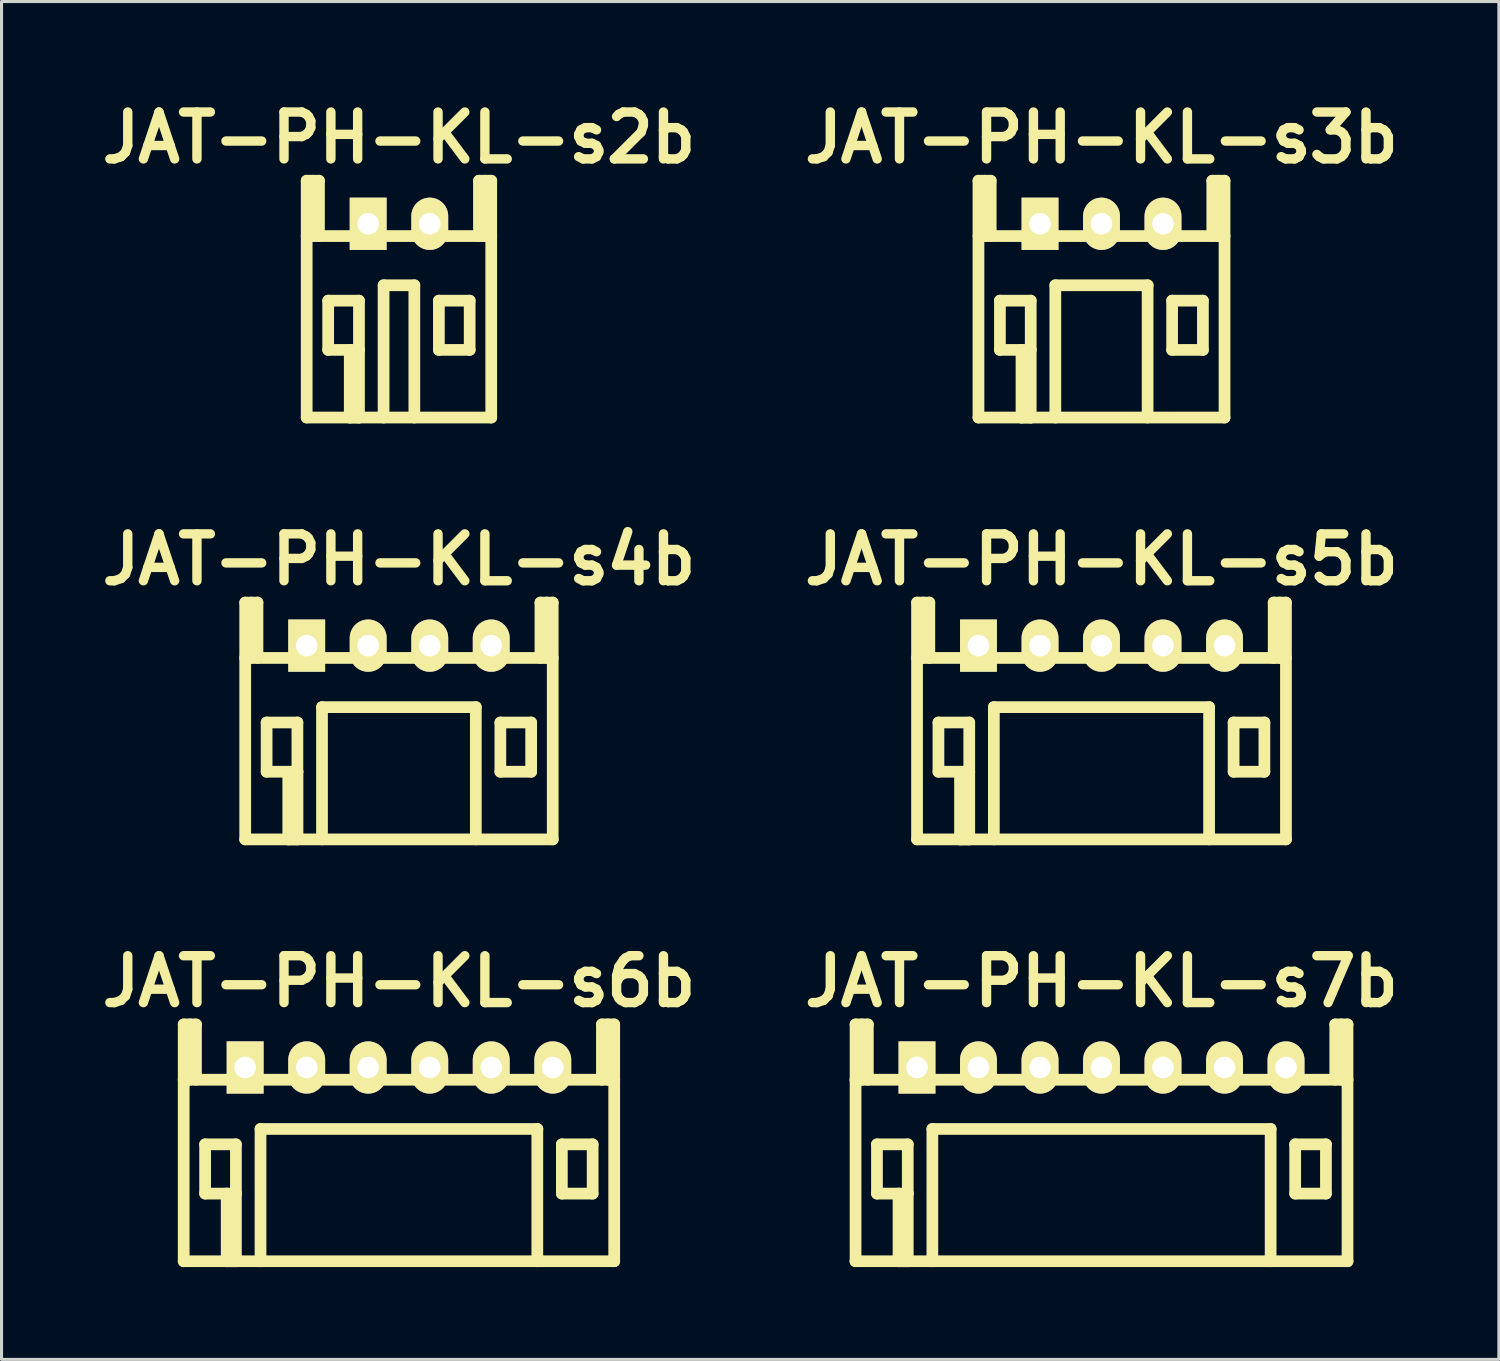
<source format=kicad_pcb>
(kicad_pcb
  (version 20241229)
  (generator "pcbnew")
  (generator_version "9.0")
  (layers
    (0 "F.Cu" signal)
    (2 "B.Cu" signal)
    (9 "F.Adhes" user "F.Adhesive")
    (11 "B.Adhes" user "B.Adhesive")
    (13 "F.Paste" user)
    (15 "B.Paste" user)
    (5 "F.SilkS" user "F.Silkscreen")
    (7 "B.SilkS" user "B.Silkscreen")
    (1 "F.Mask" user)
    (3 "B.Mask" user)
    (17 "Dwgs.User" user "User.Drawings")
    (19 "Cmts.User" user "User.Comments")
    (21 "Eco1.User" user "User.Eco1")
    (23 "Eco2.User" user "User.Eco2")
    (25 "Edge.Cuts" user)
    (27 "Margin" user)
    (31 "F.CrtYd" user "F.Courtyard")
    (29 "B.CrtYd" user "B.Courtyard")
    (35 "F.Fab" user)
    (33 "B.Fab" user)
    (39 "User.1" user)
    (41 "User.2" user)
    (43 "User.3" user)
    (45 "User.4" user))
  (footprint "JAT-PH-KL-s6b"
    (layer "F.Cu")
    (at 9.921 31.656)
    (property "Reference" "JAT-PH-KL-s6b" (at 0 -2.799 0) (layer "F.SilkS") (effects (font (size 1.524 1.524) (thickness 0.305))))
    (attr through_hole)
    (fp_line (start -7 6.299) (end 7 6.299) (stroke (width 0.381) (type solid)) (layer "F.SilkS"))
    (fp_line (start -6.998 -1.4) (end -6.998 6.299) (stroke (width 0.381) (type solid)) (layer "F.SilkS"))
    (fp_line (start -6.797 -1.4) (end -6.797 0.399) (stroke (width 0.381) (type solid)) (layer "F.SilkS"))
    (fp_line (start -6.599 -1.4) (end -6.998 -1.4) (stroke (width 0.381) (type solid)) (layer "F.SilkS"))
    (fp_line (start -6.599 0.399) (end -6.599 -1.4) (stroke (width 0.381) (type solid)) (layer "F.SilkS"))
    (fp_line (start -6.302 2.499) (end -5.301 2.499) (stroke (width 0.381) (type solid)) (layer "F.SilkS"))
    (fp_line (start -6.302 4.1) (end -6.302 2.499) (stroke (width 0.381) (type solid)) (layer "F.SilkS"))
    (fp_line (start -5.601 6.299) (end -5.601 4.1) (stroke (width 0.381) (type solid)) (layer "F.SilkS"))
    (fp_line (start -5.301 2.499) (end -5.301 4.1) (stroke (width 0.381) (type solid)) (layer "F.SilkS"))
    (fp_line (start -5.301 4.1) (end -6.302 4.1) (stroke (width 0.381) (type solid)) (layer "F.SilkS"))
    (fp_line (start -5.301 4.1) (end -5.301 6.299) (stroke (width 0.381) (type solid)) (layer "F.SilkS"))
    (fp_line (start -5.301 6.299) (end -5.601 6.299) (stroke (width 0.381) (type solid)) (layer "F.SilkS"))
    (fp_line (start -4.501 1.999) (end -4.501 6.299) (stroke (width 0.381) (type solid)) (layer "F.SilkS"))
    (fp_line (start -4.501 1.999) (end 4.501 1.999) (stroke (width 0.381) (type solid)) (layer "F.SilkS"))
    (fp_line (start 4.498 1.999) (end 4.498 6.299) (stroke (width 0.381) (type solid)) (layer "F.SilkS"))
    (fp_line (start 5.296 2.499) (end 6.297 2.499) (stroke (width 0.381) (type solid)) (layer "F.SilkS"))
    (fp_line (start 5.296 4.1) (end 5.296 2.499) (stroke (width 0.381) (type solid)) (layer "F.SilkS"))
    (fp_line (start 6.297 2.499) (end 6.297 4.1) (stroke (width 0.381) (type solid)) (layer "F.SilkS"))
    (fp_line (start 6.297 4.1) (end 5.296 4.1) (stroke (width 0.381) (type solid)) (layer "F.SilkS"))
    (fp_line (start 6.599 -1.4) (end 6.599 0.399) (stroke (width 0.381) (type solid)) (layer "F.SilkS"))
    (fp_line (start 6.797 -1.4) (end 6.797 0.399) (stroke (width 0.381) (type solid)) (layer "F.SilkS"))
    (fp_line (start 6.998 -1.4) (end 6.599 -1.4) (stroke (width 0.381) (type solid)) (layer "F.SilkS"))
    (fp_line (start 6.998 6.299) (end 6.998 -1.4) (stroke (width 0.381) (type solid)) (layer "F.SilkS"))
    (fp_line (start 7 0.399) (end -7 0.399) (stroke (width 0.381) (type solid)) (layer "F.SilkS"))
    (pad "1" thru_hole rect (at -5.001 0) (size 1.199 1.699) (drill 0.701) (layers "*.Cu" "*.Mask" "F.SilkS"))
    (pad "2" thru_hole oval (at -3 0) (size 1.199 1.699) (drill 0.701) (layers "*.Cu" "*.Mask" "F.SilkS"))
    (pad "3" thru_hole oval (at -1.001 0) (size 1.199 1.699) (drill 0.701) (layers "*.Cu" "*.Mask" "F.SilkS"))
    (pad "4" thru_hole oval (at 1.001 0) (size 1.199 1.699) (drill 0.701) (layers "*.Cu" "*.Mask" "F.SilkS"))
    (pad "5" thru_hole oval (at 3 0) (size 1.199 1.699) (drill 0.701) (layers "*.Cu" "*.Mask" "F.SilkS"))
    (pad "6" thru_hole oval (at 5.001 0) (size 1.199 1.699) (drill 0.701) (layers "*.Cu" "*.Mask" "F.SilkS")))
  (footprint "JAT-PH-KL-s5b"
    (layer "F.Cu")
    (at 32.762 17.941)
    (property "Reference" "JAT-PH-KL-s5b" (at 0 -2.799 0) (layer "F.SilkS") (effects (font (size 1.524 1.524) (thickness 0.305))))
    (attr through_hole)
    (fp_line (start -5.999 0.399) (end 5.999 0.399) (stroke (width 0.381) (type solid)) (layer "F.SilkS"))
    (fp_line (start -5.999 6.299) (end 5.999 6.299) (stroke (width 0.381) (type solid)) (layer "F.SilkS"))
    (fp_line (start -5.997 -1.4) (end -5.997 6.299) (stroke (width 0.381) (type solid)) (layer "F.SilkS"))
    (fp_line (start -5.796 -1.4) (end -5.796 0.399) (stroke (width 0.381) (type solid)) (layer "F.SilkS"))
    (fp_line (start -5.598 -1.4) (end -5.997 -1.4) (stroke (width 0.381) (type solid)) (layer "F.SilkS"))
    (fp_line (start -5.598 0.399) (end -5.598 -1.4) (stroke (width 0.381) (type solid)) (layer "F.SilkS"))
    (fp_line (start -5.301 2.499) (end -4.3 2.499) (stroke (width 0.381) (type solid)) (layer "F.SilkS"))
    (fp_line (start -5.301 4.1) (end -5.301 2.499) (stroke (width 0.381) (type solid)) (layer "F.SilkS"))
    (fp_line (start -4.6 6.299) (end -4.6 4.1) (stroke (width 0.381) (type solid)) (layer "F.SilkS"))
    (fp_line (start -4.3 2.499) (end -4.3 4.1) (stroke (width 0.381) (type solid)) (layer "F.SilkS"))
    (fp_line (start -4.3 4.1) (end -5.301 4.1) (stroke (width 0.381) (type solid)) (layer "F.SilkS"))
    (fp_line (start -4.3 4.1) (end -4.3 6.299) (stroke (width 0.381) (type solid)) (layer "F.SilkS"))
    (fp_line (start -4.3 6.299) (end -4.6 6.299) (stroke (width 0.381) (type solid)) (layer "F.SilkS"))
    (fp_line (start -3.5 1.999) (end -3.5 6.299) (stroke (width 0.381) (type solid)) (layer "F.SilkS"))
    (fp_line (start -3.5 1.999) (end 3.5 1.999) (stroke (width 0.381) (type solid)) (layer "F.SilkS"))
    (fp_line (start 3.498 1.999) (end 3.498 6.299) (stroke (width 0.381) (type solid)) (layer "F.SilkS"))
    (fp_line (start 4.295 2.499) (end 5.296 2.499) (stroke (width 0.381) (type solid)) (layer "F.SilkS"))
    (fp_line (start 4.295 4.1) (end 4.295 2.499) (stroke (width 0.381) (type solid)) (layer "F.SilkS"))
    (fp_line (start 5.296 2.499) (end 5.296 4.1) (stroke (width 0.381) (type solid)) (layer "F.SilkS"))
    (fp_line (start 5.296 4.1) (end 4.295 4.1) (stroke (width 0.381) (type solid)) (layer "F.SilkS"))
    (fp_line (start 5.598 -1.4) (end 5.598 0.399) (stroke (width 0.381) (type solid)) (layer "F.SilkS"))
    (fp_line (start 5.796 -1.4) (end 5.796 0.399) (stroke (width 0.381) (type solid)) (layer "F.SilkS"))
    (fp_line (start 5.997 -1.4) (end 5.598 -1.4) (stroke (width 0.381) (type solid)) (layer "F.SilkS"))
    (fp_line (start 5.997 6.299) (end 5.997 -1.4) (stroke (width 0.381) (type solid)) (layer "F.SilkS"))
    (pad "1" thru_hole rect (at -4 0) (size 1.199 1.699) (drill 0.701) (layers "*.Cu" "*.Mask" "F.SilkS"))
    (pad "2" thru_hole oval (at -1.999 0) (size 1.199 1.699) (drill 0.701) (layers "*.Cu" "*.Mask" "F.SilkS"))
    (pad "3" thru_hole oval (at 0 0) (size 1.199 1.699) (drill 0.701) (layers "*.Cu" "*.Mask" "F.SilkS"))
    (pad "4" thru_hole oval (at 1.999 0) (size 1.199 1.699) (drill 0.701) (layers "*.Cu" "*.Mask" "F.SilkS"))
    (pad "5" thru_hole oval (at 4 0) (size 1.199 1.699) (drill 0.701) (layers "*.Cu" "*.Mask" "F.SilkS")))
  (footprint "JAT-PH-KL-s7b"
    (layer "F.Cu")
    (at 32.762 31.656)
    (property "Reference" "JAT-PH-KL-s7b" (at 0 -2.799 0) (layer "F.SilkS") (effects (font (size 1.524 1.524) (thickness 0.305))))
    (attr through_hole)
    (fp_line (start -8.001 0.399) (end 8.001 0.399) (stroke (width 0.381) (type solid)) (layer "F.SilkS"))
    (fp_line (start -7.996 -1.4) (end -7.996 6.299) (stroke (width 0.381) (type solid)) (layer "F.SilkS"))
    (fp_line (start -7.795 -1.4) (end -7.795 0.399) (stroke (width 0.381) (type solid)) (layer "F.SilkS"))
    (fp_line (start -7.597 -1.4) (end -7.996 -1.4) (stroke (width 0.381) (type solid)) (layer "F.SilkS"))
    (fp_line (start -7.597 0.399) (end -7.597 -1.4) (stroke (width 0.381) (type solid)) (layer "F.SilkS"))
    (fp_line (start -7.3 2.499) (end -6.299 2.499) (stroke (width 0.381) (type solid)) (layer "F.SilkS"))
    (fp_line (start -7.3 4.1) (end -7.3 2.499) (stroke (width 0.381) (type solid)) (layer "F.SilkS"))
    (fp_line (start -6.599 6.299) (end -6.599 4.1) (stroke (width 0.381) (type solid)) (layer "F.SilkS"))
    (fp_line (start -6.299 2.499) (end -6.299 4.1) (stroke (width 0.381) (type solid)) (layer "F.SilkS"))
    (fp_line (start -6.299 4.1) (end -7.3 4.1) (stroke (width 0.381) (type solid)) (layer "F.SilkS"))
    (fp_line (start -6.299 4.1) (end -6.299 6.299) (stroke (width 0.381) (type solid)) (layer "F.SilkS"))
    (fp_line (start -6.299 6.299) (end -6.599 6.299) (stroke (width 0.381) (type solid)) (layer "F.SilkS"))
    (fp_line (start -5.499 1.999) (end -5.499 6.299) (stroke (width 0.381) (type solid)) (layer "F.SilkS"))
    (fp_line (start -5.499 1.999) (end 5.499 1.999) (stroke (width 0.381) (type solid)) (layer "F.SilkS"))
    (fp_line (start 5.499 1.999) (end 5.499 6.299) (stroke (width 0.381) (type solid)) (layer "F.SilkS"))
    (fp_line (start 6.297 2.499) (end 7.297 2.499) (stroke (width 0.381) (type solid)) (layer "F.SilkS"))
    (fp_line (start 6.297 4.1) (end 6.297 2.499) (stroke (width 0.381) (type solid)) (layer "F.SilkS"))
    (fp_line (start 7.297 2.499) (end 7.297 4.1) (stroke (width 0.381) (type solid)) (layer "F.SilkS"))
    (fp_line (start 7.297 4.1) (end 6.297 4.1) (stroke (width 0.381) (type solid)) (layer "F.SilkS"))
    (fp_line (start 7.6 -1.4) (end 7.6 0.399) (stroke (width 0.381) (type solid)) (layer "F.SilkS"))
    (fp_line (start 7.798 -1.4) (end 7.798 0.399) (stroke (width 0.381) (type solid)) (layer "F.SilkS"))
    (fp_line (start 7.998 -1.4) (end 7.6 -1.4) (stroke (width 0.381) (type solid)) (layer "F.SilkS"))
    (fp_line (start 7.998 6.299) (end 7.998 -1.4) (stroke (width 0.381) (type solid)) (layer "F.SilkS"))
    (fp_line (start 8.001 6.299) (end -8.001 6.299) (stroke (width 0.381) (type solid)) (layer "F.SilkS"))
    (pad "1" thru_hole rect (at -5.999 0) (size 1.199 1.699) (drill 0.701) (layers "*.Cu" "*.Mask" "F.SilkS"))
    (pad "2" thru_hole oval (at -4 0) (size 1.199 1.699) (drill 0.701) (layers "*.Cu" "*.Mask" "F.SilkS"))
    (pad "3" thru_hole oval (at -1.999 0) (size 1.199 1.699) (drill 0.701) (layers "*.Cu" "*.Mask" "F.SilkS"))
    (pad "4" thru_hole oval (at 0 0) (size 1.199 1.699) (drill 0.701) (layers "*.Cu" "*.Mask" "F.SilkS"))
    (pad "5" thru_hole oval (at 1.999 0) (size 1.199 1.699) (drill 0.701) (layers "*.Cu" "*.Mask" "F.SilkS"))
    (pad "6" thru_hole oval (at 4 0) (size 1.199 1.699) (drill 0.701) (layers "*.Cu" "*.Mask" "F.SilkS"))
    (pad "7" thru_hole oval (at 5.999 0) (size 1.199 1.699) (drill 0.701) (layers "*.Cu" "*.Mask" "F.SilkS")))
  (footprint "JAT-PH-KL-s3b"
    (layer "F.Cu")
    (at 32.762 4.226)
    (property "Reference" "JAT-PH-KL-s3b" (at 0 -2.799 0) (layer "F.SilkS") (effects (font (size 1.524 1.524) (thickness 0.305))))
    (attr through_hole)
    (fp_line (start -4 -1.4) (end -4 6.299) (stroke (width 0.381) (type solid)) (layer "F.SilkS"))
    (fp_line (start -4 0.399) (end 4 0.399) (stroke (width 0.381) (type solid)) (layer "F.SilkS"))
    (fp_line (start -4 6.299) (end 4 6.299) (stroke (width 0.381) (type solid)) (layer "F.SilkS"))
    (fp_line (start -3.8 -1.4) (end -3.8 0.399) (stroke (width 0.381) (type solid)) (layer "F.SilkS"))
    (fp_line (start -3.602 -1.4) (end -4 -1.4) (stroke (width 0.381) (type solid)) (layer "F.SilkS"))
    (fp_line (start -3.602 0.399) (end -3.602 -1.4) (stroke (width 0.381) (type solid)) (layer "F.SilkS"))
    (fp_line (start -3.302 2.499) (end -2.301 2.499) (stroke (width 0.381) (type solid)) (layer "F.SilkS"))
    (fp_line (start -3.302 4.1) (end -3.302 2.499) (stroke (width 0.381) (type solid)) (layer "F.SilkS"))
    (fp_line (start -2.601 6.299) (end -2.601 4.1) (stroke (width 0.381) (type solid)) (layer "F.SilkS"))
    (fp_line (start -2.301 2.499) (end -2.301 4.1) (stroke (width 0.381) (type solid)) (layer "F.SilkS"))
    (fp_line (start -2.301 4.1) (end -3.302 4.1) (stroke (width 0.381) (type solid)) (layer "F.SilkS"))
    (fp_line (start -2.301 4.1) (end -2.301 6.299) (stroke (width 0.381) (type solid)) (layer "F.SilkS"))
    (fp_line (start -2.301 6.299) (end -2.601 6.299) (stroke (width 0.381) (type solid)) (layer "F.SilkS"))
    (fp_line (start -1.501 1.999) (end -1.501 6.299) (stroke (width 0.381) (type solid)) (layer "F.SilkS"))
    (fp_line (start -1.501 1.999) (end 1.501 1.999) (stroke (width 0.381) (type solid)) (layer "F.SilkS"))
    (fp_line (start 1.499 1.999) (end 1.499 6.299) (stroke (width 0.381) (type solid)) (layer "F.SilkS"))
    (fp_line (start 2.296 2.499) (end 3.297 2.499) (stroke (width 0.381) (type solid)) (layer "F.SilkS"))
    (fp_line (start 2.296 4.1) (end 2.296 2.499) (stroke (width 0.381) (type solid)) (layer "F.SilkS"))
    (fp_line (start 3.297 2.499) (end 3.297 4.1) (stroke (width 0.381) (type solid)) (layer "F.SilkS"))
    (fp_line (start 3.297 4.1) (end 2.296 4.1) (stroke (width 0.381) (type solid)) (layer "F.SilkS"))
    (fp_line (start 3.602 -1.4) (end 3.602 0.399) (stroke (width 0.381) (type solid)) (layer "F.SilkS"))
    (fp_line (start 3.8 -1.4) (end 3.8 0.399) (stroke (width 0.381) (type solid)) (layer "F.SilkS"))
    (fp_line (start 4 -1.4) (end 3.602 -1.4) (stroke (width 0.381) (type solid)) (layer "F.SilkS"))
    (fp_line (start 4 6.299) (end 4 -1.4) (stroke (width 0.381) (type solid)) (layer "F.SilkS"))
    (pad "1" thru_hole rect (at -1.999 0) (size 1.199 1.699) (drill 0.701) (layers "*.Cu" "*.Mask" "F.SilkS"))
    (pad "2" thru_hole oval (at 0 0) (size 1.199 1.699) (drill 0.701) (layers "*.Cu" "*.Mask" "F.SilkS"))
    (pad "3" thru_hole oval (at 1.999 0) (size 1.199 1.699) (drill 0.701) (layers "*.Cu" "*.Mask" "F.SilkS")))
  (footprint "JAT-PH-KL-s2b"
    (layer "F.Cu")
    (at 9.921 4.226)
    (property "Reference" "JAT-PH-KL-s2b" (at 0 -2.799 0) (layer "F.SilkS") (effects (font (size 1.524 1.524) (thickness 0.305))))
    (attr through_hole)
    (fp_line (start -3 -1.4) (end -3 6.299) (stroke (width 0.381) (type solid)) (layer "F.SilkS"))
    (fp_line (start -3 6.299) (end 3 6.299) (stroke (width 0.381) (type solid)) (layer "F.SilkS"))
    (fp_line (start -2.799 -1.4) (end -2.799 0.399) (stroke (width 0.381) (type solid)) (layer "F.SilkS"))
    (fp_line (start -2.601 -1.4) (end -3 -1.4) (stroke (width 0.381) (type solid)) (layer "F.SilkS"))
    (fp_line (start -2.601 0.399) (end -2.601 -1.4) (stroke (width 0.381) (type solid)) (layer "F.SilkS"))
    (fp_line (start -2.301 2.499) (end -1.3 2.499) (stroke (width 0.381) (type solid)) (layer "F.SilkS"))
    (fp_line (start -2.301 4.1) (end -2.301 2.499) (stroke (width 0.381) (type solid)) (layer "F.SilkS"))
    (fp_line (start -1.6 6.299) (end -1.6 4.1) (stroke (width 0.381) (type solid)) (layer "F.SilkS"))
    (fp_line (start -1.3 2.499) (end -1.3 4.1) (stroke (width 0.381) (type solid)) (layer "F.SilkS"))
    (fp_line (start -1.3 4.1) (end -2.301 4.1) (stroke (width 0.381) (type solid)) (layer "F.SilkS"))
    (fp_line (start -1.3 4.1) (end -1.3 6.299) (stroke (width 0.381) (type solid)) (layer "F.SilkS"))
    (fp_line (start -1.3 6.299) (end -1.6 6.299) (stroke (width 0.381) (type solid)) (layer "F.SilkS"))
    (fp_line (start -0.5 1.999) (end -0.5 6.299) (stroke (width 0.381) (type solid)) (layer "F.SilkS"))
    (fp_line (start 0.5 1.999) (end -0.5 1.999) (stroke (width 0.381) (type solid)) (layer "F.SilkS"))
    (fp_line (start 0.5 1.999) (end 0.5 6.299) (stroke (width 0.381) (type solid)) (layer "F.SilkS"))
    (fp_line (start 1.298 2.499) (end 2.299 2.499) (stroke (width 0.381) (type solid)) (layer "F.SilkS"))
    (fp_line (start 1.298 4.1) (end 1.298 2.499) (stroke (width 0.381) (type solid)) (layer "F.SilkS"))
    (fp_line (start 2.299 2.499) (end 2.299 4.1) (stroke (width 0.381) (type solid)) (layer "F.SilkS"))
    (fp_line (start 2.299 4.1) (end 1.298 4.1) (stroke (width 0.381) (type solid)) (layer "F.SilkS"))
    (fp_line (start 2.601 -1.4) (end 2.601 0.399) (stroke (width 0.381) (type solid)) (layer "F.SilkS"))
    (fp_line (start 2.799 -1.4) (end 2.799 0.399) (stroke (width 0.381) (type solid)) (layer "F.SilkS"))
    (fp_line (start 3 -1.4) (end 2.601 -1.4) (stroke (width 0.381) (type solid)) (layer "F.SilkS"))
    (fp_line (start 3 0.399) (end -3 0.399) (stroke (width 0.381) (type solid)) (layer "F.SilkS"))
    (fp_line (start 3 6.299) (end 3 -1.4) (stroke (width 0.381) (type solid)) (layer "F.SilkS"))
    (pad "1" thru_hole rect (at -1.001 0) (size 1.199 1.699) (drill 0.701) (layers "*.Cu" "*.Mask" "F.SilkS"))
    (pad "2" thru_hole oval (at 1.001 0) (size 1.199 1.699) (drill 0.701) (layers "*.Cu" "*.Mask" "F.SilkS")))
  (footprint "JAT-PH-KL-s4b"
    (layer "F.Cu")
    (at 9.921 17.941)
    (property "Reference" "JAT-PH-KL-s4b" (at 0 -2.799 0) (layer "F.SilkS") (effects (font (size 1.524 1.524) (thickness 0.305))))
    (attr through_hole)
    (fp_line (start -5.001 0.399) (end 5.001 0.399) (stroke (width 0.381) (type solid)) (layer "F.SilkS"))
    (fp_line (start -5.001 6.299) (end 5.001 6.299) (stroke (width 0.381) (type solid)) (layer "F.SilkS"))
    (fp_line (start -4.999 -1.4) (end -4.999 6.299) (stroke (width 0.381) (type solid)) (layer "F.SilkS"))
    (fp_line (start -4.798 -1.4) (end -4.798 0.399) (stroke (width 0.381) (type solid)) (layer "F.SilkS"))
    (fp_line (start -4.6 -1.4) (end -4.999 -1.4) (stroke (width 0.381) (type solid)) (layer "F.SilkS"))
    (fp_line (start -4.6 0.399) (end -4.6 -1.4) (stroke (width 0.381) (type solid)) (layer "F.SilkS"))
    (fp_line (start -4.303 2.499) (end -3.302 2.499) (stroke (width 0.381) (type solid)) (layer "F.SilkS"))
    (fp_line (start -4.303 4.1) (end -4.303 2.499) (stroke (width 0.381) (type solid)) (layer "F.SilkS"))
    (fp_line (start -3.599 6.299) (end -3.599 4.1) (stroke (width 0.381) (type solid)) (layer "F.SilkS"))
    (fp_line (start -3.302 2.499) (end -3.302 4.1) (stroke (width 0.381) (type solid)) (layer "F.SilkS"))
    (fp_line (start -3.302 4.1) (end -4.303 4.1) (stroke (width 0.381) (type solid)) (layer "F.SilkS"))
    (fp_line (start -3.299 4.1) (end -3.299 6.299) (stroke (width 0.381) (type solid)) (layer "F.SilkS"))
    (fp_line (start -3.299 6.299) (end -3.599 6.299) (stroke (width 0.381) (type solid)) (layer "F.SilkS"))
    (fp_line (start -2.502 1.999) (end -2.502 6.299) (stroke (width 0.381) (type solid)) (layer "F.SilkS"))
    (fp_line (start 2.499 1.999) (end -2.499 1.999) (stroke (width 0.381) (type solid)) (layer "F.SilkS"))
    (fp_line (start 2.499 1.999) (end 2.499 6.299) (stroke (width 0.381) (type solid)) (layer "F.SilkS"))
    (fp_line (start 3.297 2.499) (end 4.298 2.499) (stroke (width 0.381) (type solid)) (layer "F.SilkS"))
    (fp_line (start 3.297 4.1) (end 3.297 2.499) (stroke (width 0.381) (type solid)) (layer "F.SilkS"))
    (fp_line (start 4.298 2.499) (end 4.298 4.1) (stroke (width 0.381) (type solid)) (layer "F.SilkS"))
    (fp_line (start 4.298 4.1) (end 3.297 4.1) (stroke (width 0.381) (type solid)) (layer "F.SilkS"))
    (fp_line (start 4.6 -1.4) (end 4.6 0.399) (stroke (width 0.381) (type solid)) (layer "F.SilkS"))
    (fp_line (start 4.798 -1.4) (end 4.798 0.399) (stroke (width 0.381) (type solid)) (layer "F.SilkS"))
    (fp_line (start 4.999 -1.4) (end 4.6 -1.4) (stroke (width 0.381) (type solid)) (layer "F.SilkS"))
    (fp_line (start 4.999 6.299) (end 4.999 -1.4) (stroke (width 0.381) (type solid)) (layer "F.SilkS"))
    (pad "1" thru_hole rect (at -3 0) (size 1.199 1.699) (drill 0.701) (layers "*.Cu" "*.Mask" "F.SilkS"))
    (pad "2" thru_hole oval (at -1.001 0) (size 1.199 1.699) (drill 0.701) (layers "*.Cu" "*.Mask" "F.SilkS"))
    (pad "3" thru_hole oval (at 1.001 0) (size 1.199 1.699) (drill 0.701) (layers "*.Cu" "*.Mask" "F.SilkS"))
    (pad "4" thru_hole oval (at 3 0) (size 1.199 1.699) (drill 0.701) (layers "*.Cu" "*.Mask" "F.SilkS")))
  (gr_rect
    (start -3 -3)
    (end 45.682 41.146)
    (stroke (width 0.1) (type default))
    (fill no)
    (layer "Edge.Cuts")))
</source>
